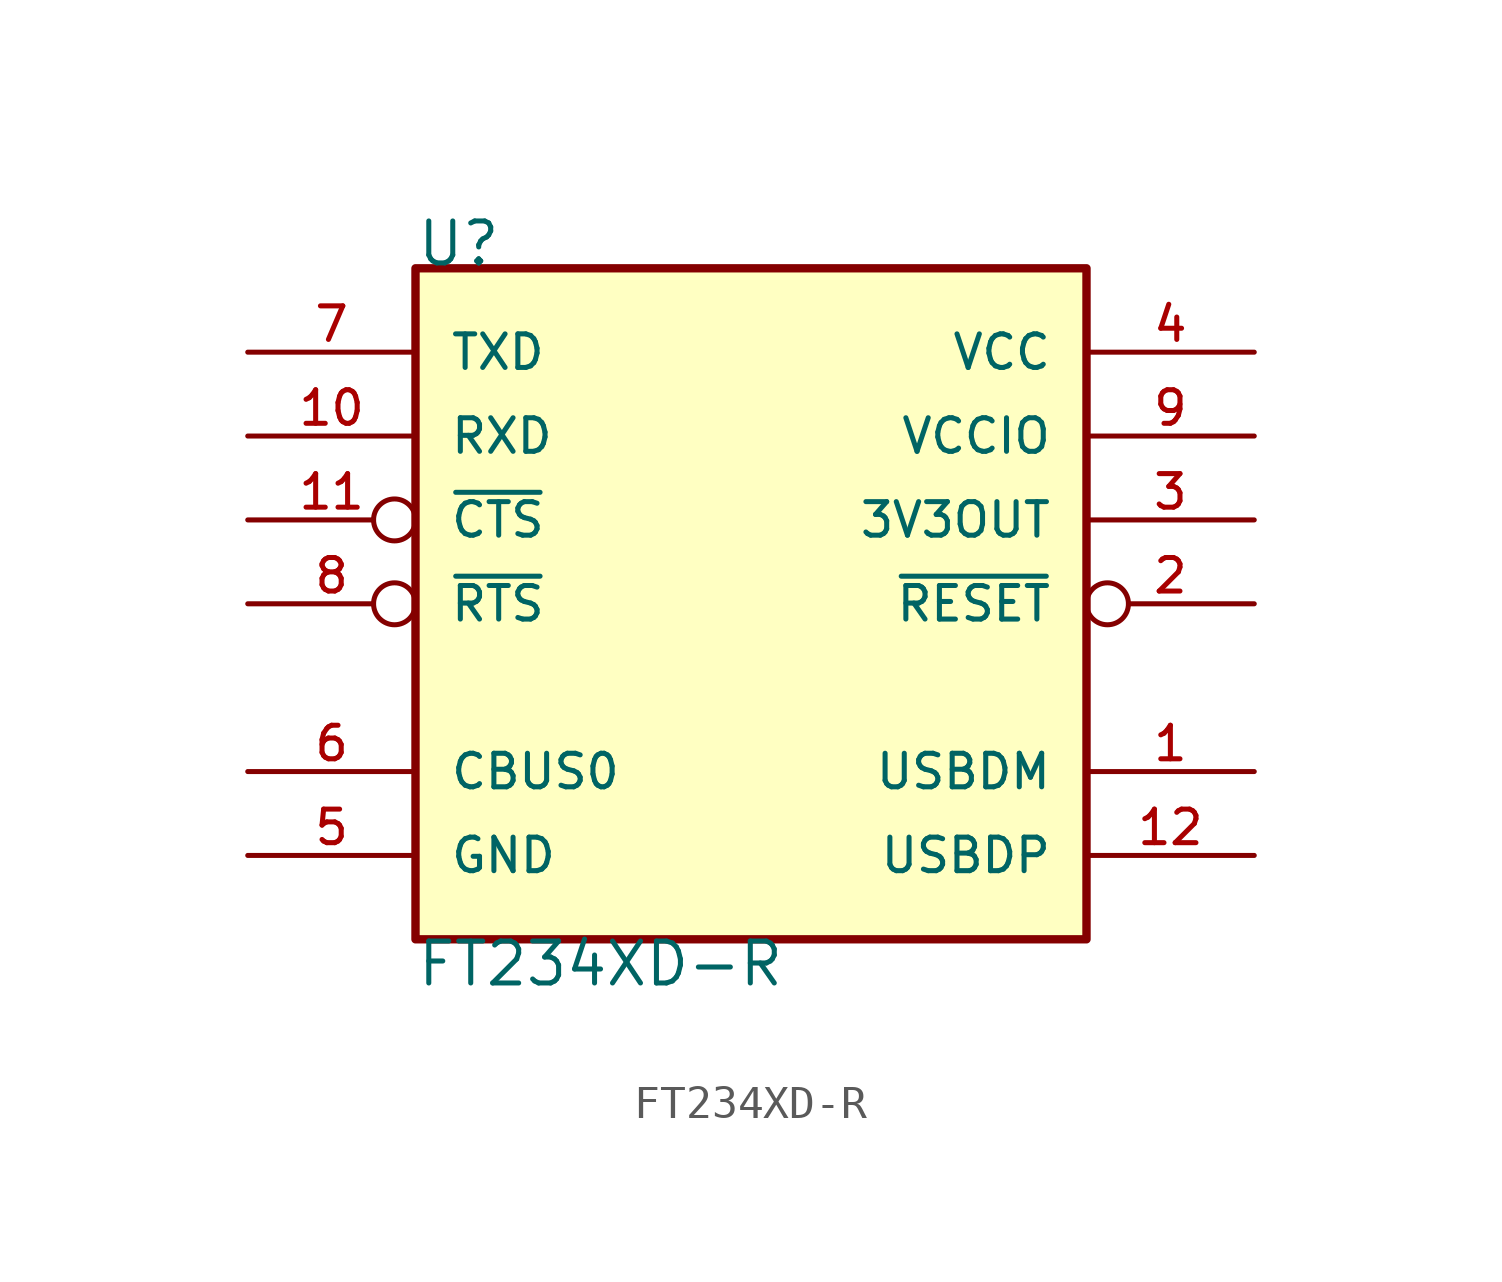
<source format=kicad_sym>
(kicad_symbol_lib
  (version 20220914)
  (generator kicad_symbol_editor)
  (symbol "FT234XD-R"
    (pin_names
      (offset 1.016))
    (property "Reference" "U"
      (at -10.16 10.16 0)
      (effects (font (size 1.27 1.27)) (justify left bottom)))
    (property "Value" "FT234XD-R"
      (at -10.16 -10.16 0)
      (effects (font (size 1.27 1.27)) (justify left top)))
    (symbol "FT234XD-R_0_0"
      (rectangle (start -10.16 10.16) (end 10.16 -10.16) (stroke (width 0.254) (type default)) (fill (type background)))
      (pin bidirectional line (at 15.24 -5.08 180) (length 5.08) (name "USBDM" (effects (font (size 1.016 1.016)))) (number "1" (effects (font (size 1.016 1.016)))))
      (pin input line (at -15.24 5.08 0) (length 5.08) (name "RXD" (effects (font (size 1.016 1.016)))) (number "10" (effects (font (size 1.016 1.016)))))
      (pin bidirectional line (at 15.24 -7.62 180) (length 5.08) (name "USBDP" (effects (font (size 1.016 1.016)))) (number "12" (effects (font (size 1.016 1.016)))))
      (pin output line (at 15.24 2.54 180) (length 5.08) (name "3V3OUT" (effects (font (size 1.016 1.016)))) (number "3" (effects (font (size 1.016 1.016)))))
      (pin power_in line (at 15.24 7.62 180) (length 5.08) (name "VCC" (effects (font (size 1.016 1.016)))) (number "4" (effects (font (size 1.016 1.016)))))
      (pin power_in line (at -15.24 -7.62 0) (length 5.08) (name "GND" (effects (font (size 1.016 1.016)))) (number "5" (effects (font (size 1.016 1.016)))))
      (pin bidirectional line (at -15.24 -5.08 0) (length 5.08) (name "CBUS0" (effects (font (size 1.016 1.016)))) (number "6" (effects (font (size 1.016 1.016)))))
      (pin output line (at -15.24 7.62 0) (length 5.08) (name "TXD" (effects (font (size 1.016 1.016)))) (number "7" (effects (font (size 1.016 1.016)))))
      (pin power_in line (at 15.24 5.08 180) (length 5.08) (name "VCCIO" (effects (font (size 1.016 1.016)))) (number "9" (effects (font (size 1.016 1.016))))))
    (symbol "FT234XD-R_1_0"
      (pin input inverted (at -15.24 2.54 0) (length 5.08) (name "~{CTS}" (effects (font (size 1.016 1.016)))) (number "11" (effects (font (size 1.016 1.016)))))
      (pin power_in line (at -15.24 -7.62 0) (length 5.08) hide (name "GND" (effects (font (size 1.016 1.016)))) (number "13" (effects (font (size 1.016 1.016)))))
      (pin input inverted (at 15.24 0 180) (length 5.08) (name "~{RESET}" (effects (font (size 1.016 1.016)))) (number "2" (effects (font (size 1.016 1.016)))))
      (pin output inverted (at -15.24 0 0) (length 5.08) (name "~{RTS}" (effects (font (size 1.016 1.016)))) (number "8" (effects (font (size 1.016 1.016))))))))
</source>
